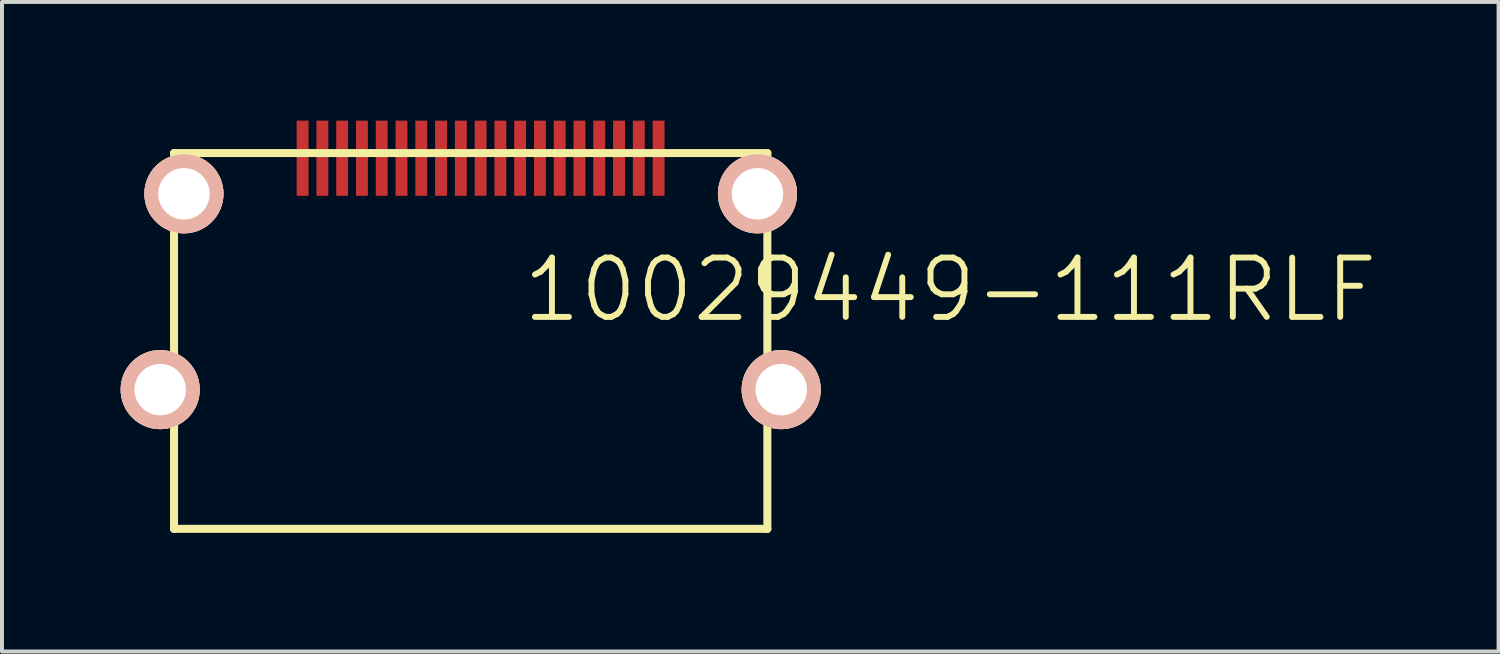
<source format=kicad_pcb>
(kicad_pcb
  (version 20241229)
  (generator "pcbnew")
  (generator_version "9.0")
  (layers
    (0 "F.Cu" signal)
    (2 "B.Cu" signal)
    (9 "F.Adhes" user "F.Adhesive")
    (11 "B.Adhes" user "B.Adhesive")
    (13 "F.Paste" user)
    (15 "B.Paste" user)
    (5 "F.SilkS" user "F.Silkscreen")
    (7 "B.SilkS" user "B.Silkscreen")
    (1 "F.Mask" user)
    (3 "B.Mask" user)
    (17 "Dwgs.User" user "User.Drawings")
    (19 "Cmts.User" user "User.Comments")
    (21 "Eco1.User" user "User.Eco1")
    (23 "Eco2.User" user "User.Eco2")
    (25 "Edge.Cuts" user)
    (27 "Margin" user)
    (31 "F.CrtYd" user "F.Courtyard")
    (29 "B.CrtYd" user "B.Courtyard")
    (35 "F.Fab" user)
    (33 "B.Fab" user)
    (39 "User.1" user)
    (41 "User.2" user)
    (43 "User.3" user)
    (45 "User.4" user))
  (footprint "10029449-111RLF"
    (layer "F.Cu")
    (at 8.85 1.85)
    (property "Reference" "10029449-111RLF" (at 12.125 2.425 0) (layer "F.SilkS") (effects (font (size 1.5 1.5) (thickness 0.15))))
    (attr through_hole)
    (fp_line (start -7.5 -1.03) (end 7.5 -1.03) (stroke (width 0.203) (type solid)) (layer "F.SilkS"))
    (fp_line (start -7.5 8.47) (end -7.5 -1.03) (stroke (width 0.203) (type solid)) (layer "F.SilkS"))
    (fp_line (start 7.5 8.47) (end -7.5 8.47) (stroke (width 0.203) (type solid)) (layer "F.SilkS"))
    (fp_line (start 7.5 8.47) (end 7.5 -1.03) (stroke (width 0.203) (type solid)) (layer "F.SilkS"))
    (pad "1" smd rect (at 4.75 -0.9) (size 0.3 1.9) (layers "F.Cu" "F.Mask" "F.Paste"))
    (pad "2" smd rect (at 4.25 -0.9) (size 0.3 1.9) (layers "F.Cu" "F.Mask" "F.Paste"))
    (pad "3" smd rect (at 3.75 -0.9) (size 0.3 1.9) (layers "F.Cu" "F.Mask" "F.Paste"))
    (pad "4" smd rect (at 3.25 -0.9) (size 0.3 1.9) (layers "F.Cu" "F.Mask" "F.Paste"))
    (pad "5" smd rect (at 2.75 -0.9) (size 0.3 1.9) (layers "F.Cu" "F.Mask" "F.Paste"))
    (pad "6" smd rect (at 2.25 -0.9) (size 0.3 1.9) (layers "F.Cu" "F.Mask" "F.Paste"))
    (pad "7" smd rect (at 1.75 -0.9) (size 0.3 1.9) (layers "F.Cu" "F.Mask" "F.Paste"))
    (pad "8" smd rect (at 1.25 -0.9) (size 0.3 1.9) (layers "F.Cu" "F.Mask" "F.Paste"))
    (pad "9" smd rect (at 0.75 -0.9) (size 0.3 1.9) (layers "F.Cu" "F.Mask" "F.Paste"))
    (pad "10" smd rect (at 0.25 -0.9) (size 0.3 1.9) (layers "F.Cu" "F.Mask" "F.Paste"))
    (pad "11" smd rect (at -0.25 -0.9) (size 0.3 1.9) (layers "F.Cu" "F.Mask" "F.Paste"))
    (pad "12" smd rect (at -0.75 -0.9) (size 0.3 1.9) (layers "F.Cu" "F.Mask" "F.Paste"))
    (pad "13" smd rect (at -1.25 -0.9) (size 0.3 1.9) (layers "F.Cu" "F.Mask" "F.Paste"))
    (pad "14" smd rect (at -1.75 -0.9) (size 0.3 1.9) (layers "F.Cu" "F.Mask" "F.Paste"))
    (pad "15" smd rect (at -2.25 -0.9) (size 0.3 1.9) (layers "F.Cu" "F.Mask" "F.Paste"))
    (pad "16" smd rect (at -2.75 -0.9) (size 0.3 1.9) (layers "F.Cu" "F.Mask" "F.Paste"))
    (pad "17" smd rect (at -3.25 -0.9) (size 0.3 1.9) (layers "F.Cu" "F.Mask" "F.Paste"))
    (pad "18" smd rect (at -3.75 -0.9) (size 0.3 1.9) (layers "F.Cu" "F.Mask" "F.Paste"))
    (pad "19" smd rect (at -4.25 -0.9) (size 0.3 1.9) (layers "F.Cu" "F.Mask" "F.Paste"))
    (pad "SHIE" thru_hole circle (at -7.85 4.95) (size 2 2) (drill 1.3) (layers "*.Cu" "*.SilkS" "*.Mask"))
    (pad "SHIE" thru_hole circle (at -7.25 0) (size 2 2) (drill 1.3) (layers "*.Cu" "*.SilkS" "*.Mask"))
    (pad "SHIE" thru_hole circle (at 7.25 0) (size 2 2) (drill 1.3) (layers "*.Cu" "*.SilkS" "*.Mask"))
    (pad "SHIE" thru_hole circle (at 7.85 4.95) (size 2 2) (drill 1.3) (layers "*.Cu" "*.SilkS" "*.Mask")))
  (gr_rect
    (start -3 -3)
    (end 34.836 13.422)
    (stroke (width 0.1) (type default))
    (fill no)
    (layer "Edge.Cuts")))
</source>
